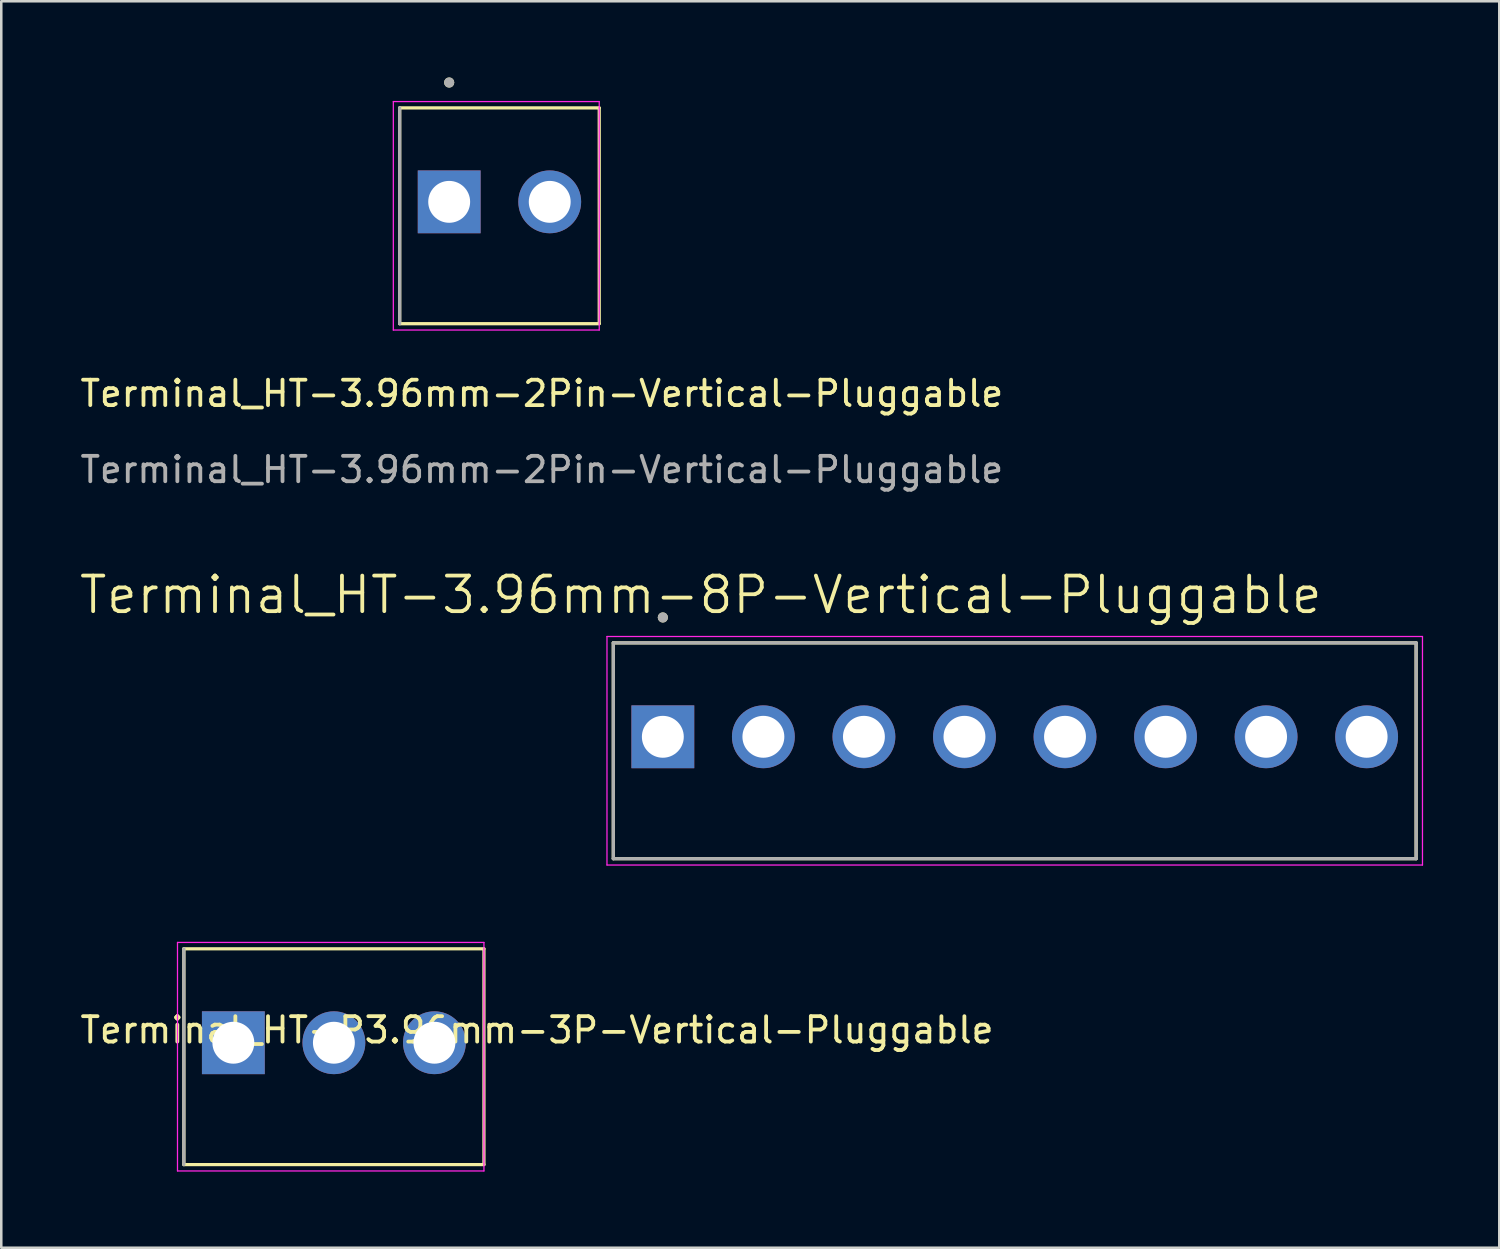
<source format=kicad_pcb>
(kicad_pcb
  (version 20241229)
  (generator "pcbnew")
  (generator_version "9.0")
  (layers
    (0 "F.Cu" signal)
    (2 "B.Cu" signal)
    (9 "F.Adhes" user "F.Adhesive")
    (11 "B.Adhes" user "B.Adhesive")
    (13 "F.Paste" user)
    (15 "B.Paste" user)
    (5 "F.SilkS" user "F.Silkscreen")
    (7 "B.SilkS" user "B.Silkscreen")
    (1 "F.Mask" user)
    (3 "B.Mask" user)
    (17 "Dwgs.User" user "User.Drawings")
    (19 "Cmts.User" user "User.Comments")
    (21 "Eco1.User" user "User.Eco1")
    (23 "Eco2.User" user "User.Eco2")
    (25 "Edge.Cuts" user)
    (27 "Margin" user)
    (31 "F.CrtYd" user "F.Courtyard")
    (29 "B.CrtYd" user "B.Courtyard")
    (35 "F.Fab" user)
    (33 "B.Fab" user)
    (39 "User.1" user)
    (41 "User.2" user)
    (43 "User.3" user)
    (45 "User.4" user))
  (footprint "Terminal_HT-3.96mm-2Pin-Vertical-Pluggable"
    (layer "F.Cu")
    (at 18.602 4.9)
    (property "Reference" "Terminal_HT-3.96mm-2Pin-Vertical-Pluggable" (at -0.31 7.55 0) (unlocked yes) (layer "F.SilkS") (effects (font (size 1 1) (thickness 0.15))))
    (attr through_hole)
    (fp_line (start -5.91 -3.7) (end 1.95 -3.7) (stroke (width 0.127) (type solid)) (layer "F.SilkS"))
    (fp_line (start -5.91 4.8) (end -5.91 -3.7) (stroke (width 0.127) (type solid)) (layer "F.SilkS"))
    (fp_line (start 1.95 -3.7) (end 1.95 4.8) (stroke (width 0.127) (type solid)) (layer "F.SilkS"))
    (fp_line (start 1.95 4.8) (end -5.91 4.8) (stroke (width 0.127) (type solid)) (layer "F.SilkS"))
    (fp_circle (center -3.96 -4.7) (end -3.86 -4.7) (stroke (width 0.2) (type solid)) (fill no) (layer "F.SilkS"))
    (fp_line (start -6.16 -3.95) (end 1.95 -3.95) (stroke (width 0.05) (type solid)) (layer "F.CrtYd"))
    (fp_line (start -6.16 5.05) (end -6.16 -3.95) (stroke (width 0.05) (type solid)) (layer "F.CrtYd"))
    (fp_line (start 1.95 -3.95) (end 1.95 5.05) (stroke (width 0.05) (type solid)) (layer "F.CrtYd"))
    (fp_line (start 1.95 5.05) (end -6.16 5.05) (stroke (width 0.05) (type solid)) (layer "F.CrtYd"))
    (fp_line (start -5.91 4.8) (end -5.91 -3.7) (stroke (width 0.127) (type solid)) (layer "F.Fab"))
    (fp_circle (center -3.96 -4.7) (end -3.86 -4.7) (stroke (width 0.2) (type solid)) (fill no) (layer "F.Fab"))
    (fp_text user "${REFERENCE}" (at -0.31 10.55 0) (unlocked yes) (layer "F.Fab") (effects (font (size 1 1) (thickness 0.15))))
    (pad "1" thru_hole rect (at -3.96 0) (size 2.475 2.475) (drill 1.65) (layers "*.Cu" "*.Mask"))
    (pad "2" thru_hole circle (at 0 0) (size 2.475 2.475) (drill 1.65) (layers "*.Cu" "*.Mask")))
  (footprint "Terminal_HT-3.96mm-8P-Vertical-Pluggable"
    (layer "F.Cu")
    (at 36.917 25.97)
    (property "Reference" "Terminal_HT-3.96mm-8P-Vertical-Pluggable" (at -12.365 -5.589 0) (layer "F.SilkS") (effects (font (size 1.4 1.4) (thickness 0.15))))
    (attr through_hole)
    (fp_line (start -15.81 -3.7) (end 15.81 -3.7) (stroke (width 0.127) (type solid)) (layer "F.SilkS"))
    (fp_line (start -15.81 4.8) (end -15.81 -3.7) (stroke (width 0.127) (type solid)) (layer "F.SilkS"))
    (fp_line (start 15.81 -3.7) (end 15.81 4.8) (stroke (width 0.127) (type solid)) (layer "F.SilkS"))
    (fp_line (start 15.81 4.8) (end -15.81 4.8) (stroke (width 0.127) (type solid)) (layer "F.SilkS"))
    (fp_circle (center -13.86 -4.7) (end -13.76 -4.7) (stroke (width 0.2) (type solid)) (fill no) (layer "F.SilkS"))
    (fp_line (start -16.06 -3.95) (end 16.06 -3.95) (stroke (width 0.05) (type solid)) (layer "F.CrtYd"))
    (fp_line (start -16.06 5.05) (end -16.06 -3.95) (stroke (width 0.05) (type solid)) (layer "F.CrtYd"))
    (fp_line (start 16.06 -3.95) (end 16.06 5.05) (stroke (width 0.05) (type solid)) (layer "F.CrtYd"))
    (fp_line (start 16.06 5.05) (end -16.06 5.05) (stroke (width 0.05) (type solid)) (layer "F.CrtYd"))
    (fp_line (start -15.81 -3.7) (end 15.81 -3.7) (stroke (width 0.127) (type solid)) (layer "F.Fab"))
    (fp_line (start -15.81 4.8) (end -15.81 -3.7) (stroke (width 0.127) (type solid)) (layer "F.Fab"))
    (fp_line (start 15.81 -3.7) (end 15.81 4.8) (stroke (width 0.127) (type solid)) (layer "F.Fab"))
    (fp_line (start 15.81 4.8) (end -15.81 4.8) (stroke (width 0.127) (type solid)) (layer "F.Fab"))
    (fp_circle (center -13.86 -4.7) (end -13.76 -4.7) (stroke (width 0.2) (type solid)) (fill no) (layer "F.Fab"))
    (pad "1" thru_hole rect (at -13.86 0) (size 2.475 2.475) (drill 1.65) (layers "*.Cu" "*.Mask"))
    (pad "2" thru_hole circle (at -9.9 0) (size 2.475 2.475) (drill 1.65) (layers "*.Cu" "*.Mask"))
    (pad "3" thru_hole circle (at -5.94 0) (size 2.475 2.475) (drill 1.65) (layers "*.Cu" "*.Mask"))
    (pad "4" thru_hole circle (at -1.98 0) (size 2.475 2.475) (drill 1.65) (layers "*.Cu" "*.Mask"))
    (pad "5" thru_hole circle (at 1.98 0) (size 2.475 2.475) (drill 1.65) (layers "*.Cu" "*.Mask"))
    (pad "6" thru_hole circle (at 5.94 0) (size 2.475 2.475) (drill 1.65) (layers "*.Cu" "*.Mask"))
    (pad "7" thru_hole circle (at 9.9 0) (size 2.475 2.475) (drill 1.65) (layers "*.Cu" "*.Mask"))
    (pad "8" thru_hole circle (at 13.86 0) (size 2.475 2.475) (drill 1.65) (layers "*.Cu" "*.Mask")))
  (footprint "Terminal_HT-P3.96mm-3P-Vertical-Pluggable"
    (layer "F.Cu")
    (at 14.061 38.02)
    (property "Reference" "Terminal_HT-P3.96mm-3P-Vertical-Pluggable" (at 4.04 -0.5 0) (unlocked yes) (layer "F.SilkS") (effects (font (size 1 1) (thickness 0.15))))
    (attr through_hole)
    (fp_line (start -9.87 -3.7) (end 1.95 -3.7) (stroke (width 0.127) (type solid)) (layer "F.SilkS"))
    (fp_line (start -9.87 4.8) (end -9.87 -3.7) (stroke (width 0.127) (type solid)) (layer "F.SilkS"))
    (fp_line (start 1.95 -3.7) (end 1.95 4.8) (stroke (width 0.127) (type solid)) (layer "F.SilkS"))
    (fp_line (start 1.95 4.8) (end -9.87 4.8) (stroke (width 0.127) (type solid)) (layer "F.SilkS"))
    (fp_line (start -10.12 -3.95) (end 1.95 -3.95) (stroke (width 0.05) (type solid)) (layer "F.CrtYd"))
    (fp_line (start -10.12 5.05) (end -10.12 -3.95) (stroke (width 0.05) (type solid)) (layer "F.CrtYd"))
    (fp_line (start 1.95 -3.95) (end 1.95 5.05) (stroke (width 0.05) (type solid)) (layer "F.CrtYd"))
    (fp_line (start 1.95 5.05) (end -10.12 5.05) (stroke (width 0.05) (type solid)) (layer "F.CrtYd"))
    (fp_line (start -9.87 4.8) (end -9.87 -3.7) (stroke (width 0.127) (type solid)) (layer "F.Fab"))
    (pad "1" thru_hole rect (at -7.92 0) (size 2.475 2.475) (drill 1.65) (layers "*.Cu" "*.Mask"))
    (pad "2" thru_hole circle (at -3.96 0) (size 2.475 2.475) (drill 1.65) (layers "*.Cu" "*.Mask"))
    (pad "3" thru_hole circle (at 0 0) (size 2.475 2.475) (drill 1.65) (layers "*.Cu" "*.Mask")))
  (gr_rect
    (start -3 -3)
    (end 56.002 46.094)
    (stroke (width 0.1) (type default))
    (fill no)
    (layer "Edge.Cuts")))
</source>
